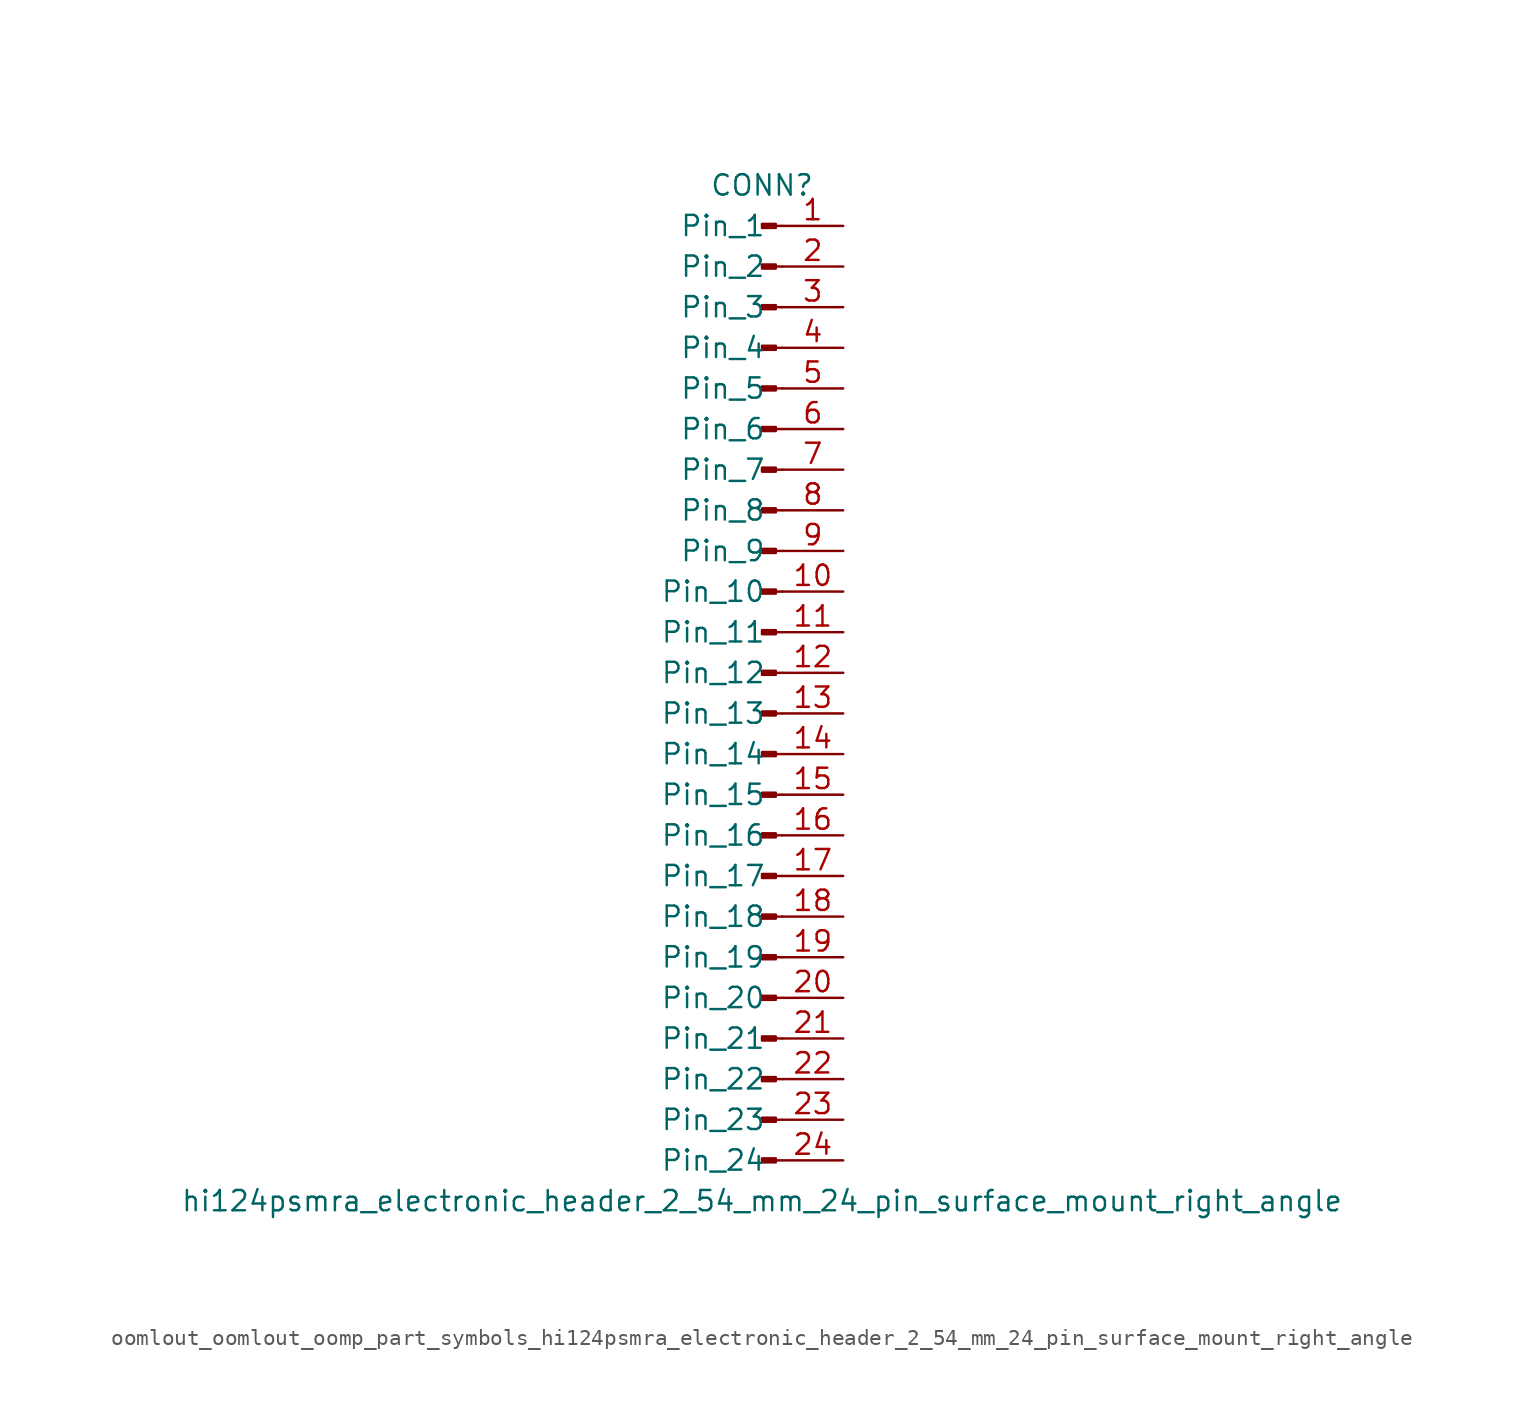
<source format=kicad_sym>
(kicad_symbol_lib
  (version 20220914)
  (generator kicad_symbol_editor)
  (symbol "oomlout_oomlout_oomp_part_symbols_hi124psmra_electronic_header_2_54_mm_24_pin_surface_mount_right_angle"
    (pin_names
      (offset 1.016))
    (property "Reference" "CONN"
      (at 0 30.48 0)
      (effects (font (size 1.27 1.27))))
    (property "Value" "hi124psmra_electronic_header_2_54_mm_24_pin_surface_mount_right_angle"
      (at 0 -33.02 0)
      (effects (font (size 1.27 1.27))))
    (property "ki_locked" ""
      (at 0 0 0)
      (effects (font (size 1.27 1.27))))
    (symbol "oomlout_oomlout_oomp_part_symbols_hi124psmra_electronic_header_2_54_mm_24_pin_surface_mount_right_angle_1_1"
      (polyline (pts (xy 1.27 -30.48) (xy 0.864 -30.48)) (stroke (width 0.152) (type default)) (fill (type none)))
      (polyline (pts (xy 1.27 -27.94) (xy 0.864 -27.94)) (stroke (width 0.152) (type default)) (fill (type none)))
      (polyline (pts (xy 1.27 -25.4) (xy 0.864 -25.4)) (stroke (width 0.152) (type default)) (fill (type none)))
      (polyline (pts (xy 1.27 -22.86) (xy 0.864 -22.86)) (stroke (width 0.152) (type default)) (fill (type none)))
      (polyline (pts (xy 1.27 -20.32) (xy 0.864 -20.32)) (stroke (width 0.152) (type default)) (fill (type none)))
      (polyline (pts (xy 1.27 -17.78) (xy 0.864 -17.78)) (stroke (width 0.152) (type default)) (fill (type none)))
      (polyline (pts (xy 1.27 -15.24) (xy 0.864 -15.24)) (stroke (width 0.152) (type default)) (fill (type none)))
      (polyline (pts (xy 1.27 -12.7) (xy 0.864 -12.7)) (stroke (width 0.152) (type default)) (fill (type none)))
      (polyline (pts (xy 1.27 -10.16) (xy 0.864 -10.16)) (stroke (width 0.152) (type default)) (fill (type none)))
      (polyline (pts (xy 1.27 -7.62) (xy 0.864 -7.62)) (stroke (width 0.152) (type default)) (fill (type none)))
      (polyline (pts (xy 1.27 -5.08) (xy 0.864 -5.08)) (stroke (width 0.152) (type default)) (fill (type none)))
      (polyline (pts (xy 1.27 -2.54) (xy 0.864 -2.54)) (stroke (width 0.152) (type default)) (fill (type none)))
      (polyline (pts (xy 1.27 0) (xy 0.864 0)) (stroke (width 0.152) (type default)) (fill (type none)))
      (polyline (pts (xy 1.27 2.54) (xy 0.864 2.54)) (stroke (width 0.152) (type default)) (fill (type none)))
      (polyline (pts (xy 1.27 5.08) (xy 0.864 5.08)) (stroke (width 0.152) (type default)) (fill (type none)))
      (polyline (pts (xy 1.27 7.62) (xy 0.864 7.62)) (stroke (width 0.152) (type default)) (fill (type none)))
      (polyline (pts (xy 1.27 10.16) (xy 0.864 10.16)) (stroke (width 0.152) (type default)) (fill (type none)))
      (polyline (pts (xy 1.27 12.7) (xy 0.864 12.7)) (stroke (width 0.152) (type default)) (fill (type none)))
      (polyline (pts (xy 1.27 15.24) (xy 0.864 15.24)) (stroke (width 0.152) (type default)) (fill (type none)))
      (polyline (pts (xy 1.27 17.78) (xy 0.864 17.78)) (stroke (width 0.152) (type default)) (fill (type none)))
      (polyline (pts (xy 1.27 20.32) (xy 0.864 20.32)) (stroke (width 0.152) (type default)) (fill (type none)))
      (polyline (pts (xy 1.27 22.86) (xy 0.864 22.86)) (stroke (width 0.152) (type default)) (fill (type none)))
      (polyline (pts (xy 1.27 25.4) (xy 0.864 25.4)) (stroke (width 0.152) (type default)) (fill (type none)))
      (polyline (pts (xy 1.27 27.94) (xy 0.864 27.94)) (stroke (width 0.152) (type default)) (fill (type none)))
      (rectangle (start 0.864 -30.353) (end 0 -30.607) (stroke (width 0.152) (type default)) (fill (type outline)))
      (rectangle (start 0.864 -27.813) (end 0 -28.067) (stroke (width 0.152) (type default)) (fill (type outline)))
      (rectangle (start 0.864 -25.273) (end 0 -25.527) (stroke (width 0.152) (type default)) (fill (type outline)))
      (rectangle (start 0.864 -22.733) (end 0 -22.987) (stroke (width 0.152) (type default)) (fill (type outline)))
      (rectangle (start 0.864 -20.193) (end 0 -20.447) (stroke (width 0.152) (type default)) (fill (type outline)))
      (rectangle (start 0.864 -17.653) (end 0 -17.907) (stroke (width 0.152) (type default)) (fill (type outline)))
      (rectangle (start 0.864 -15.113) (end 0 -15.367) (stroke (width 0.152) (type default)) (fill (type outline)))
      (rectangle (start 0.864 -12.573) (end 0 -12.827) (stroke (width 0.152) (type default)) (fill (type outline)))
      (rectangle (start 0.864 -10.033) (end 0 -10.287) (stroke (width 0.152) (type default)) (fill (type outline)))
      (rectangle (start 0.864 -7.493) (end 0 -7.747) (stroke (width 0.152) (type default)) (fill (type outline)))
      (rectangle (start 0.864 -4.953) (end 0 -5.207) (stroke (width 0.152) (type default)) (fill (type outline)))
      (rectangle (start 0.864 -2.413) (end 0 -2.667) (stroke (width 0.152) (type default)) (fill (type outline)))
      (rectangle (start 0.864 0.127) (end 0 -0.127) (stroke (width 0.152) (type default)) (fill (type outline)))
      (rectangle (start 0.864 2.667) (end 0 2.413) (stroke (width 0.152) (type default)) (fill (type outline)))
      (rectangle (start 0.864 5.207) (end 0 4.953) (stroke (width 0.152) (type default)) (fill (type outline)))
      (rectangle (start 0.864 7.747) (end 0 7.493) (stroke (width 0.152) (type default)) (fill (type outline)))
      (rectangle (start 0.864 10.287) (end 0 10.033) (stroke (width 0.152) (type default)) (fill (type outline)))
      (rectangle (start 0.864 12.827) (end 0 12.573) (stroke (width 0.152) (type default)) (fill (type outline)))
      (rectangle (start 0.864 15.367) (end 0 15.113) (stroke (width 0.152) (type default)) (fill (type outline)))
      (rectangle (start 0.864 17.907) (end 0 17.653) (stroke (width 0.152) (type default)) (fill (type outline)))
      (rectangle (start 0.864 20.447) (end 0 20.193) (stroke (width 0.152) (type default)) (fill (type outline)))
      (rectangle (start 0.864 22.987) (end 0 22.733) (stroke (width 0.152) (type default)) (fill (type outline)))
      (rectangle (start 0.864 25.527) (end 0 25.273) (stroke (width 0.152) (type default)) (fill (type outline)))
      (rectangle (start 0.864 28.067) (end 0 27.813) (stroke (width 0.152) (type default)) (fill (type outline)))
      (pin passive line (at 5.08 27.94 180) (length 3.81) (name "Pin_1" (effects (font (size 1.27 1.27)))) (number "1" (effects (font (size 1.27 1.27)))))
      (pin passive line (at 5.08 5.08 180) (length 3.81) (name "Pin_10" (effects (font (size 1.27 1.27)))) (number "10" (effects (font (size 1.27 1.27)))))
      (pin passive line (at 5.08 2.54 180) (length 3.81) (name "Pin_11" (effects (font (size 1.27 1.27)))) (number "11" (effects (font (size 1.27 1.27)))))
      (pin passive line (at 5.08 0 180) (length 3.81) (name "Pin_12" (effects (font (size 1.27 1.27)))) (number "12" (effects (font (size 1.27 1.27)))))
      (pin passive line (at 5.08 -2.54 180) (length 3.81) (name "Pin_13" (effects (font (size 1.27 1.27)))) (number "13" (effects (font (size 1.27 1.27)))))
      (pin passive line (at 5.08 -5.08 180) (length 3.81) (name "Pin_14" (effects (font (size 1.27 1.27)))) (number "14" (effects (font (size 1.27 1.27)))))
      (pin passive line (at 5.08 -7.62 180) (length 3.81) (name "Pin_15" (effects (font (size 1.27 1.27)))) (number "15" (effects (font (size 1.27 1.27)))))
      (pin passive line (at 5.08 -10.16 180) (length 3.81) (name "Pin_16" (effects (font (size 1.27 1.27)))) (number "16" (effects (font (size 1.27 1.27)))))
      (pin passive line (at 5.08 -12.7 180) (length 3.81) (name "Pin_17" (effects (font (size 1.27 1.27)))) (number "17" (effects (font (size 1.27 1.27)))))
      (pin passive line (at 5.08 -15.24 180) (length 3.81) (name "Pin_18" (effects (font (size 1.27 1.27)))) (number "18" (effects (font (size 1.27 1.27)))))
      (pin passive line (at 5.08 -17.78 180) (length 3.81) (name "Pin_19" (effects (font (size 1.27 1.27)))) (number "19" (effects (font (size 1.27 1.27)))))
      (pin passive line (at 5.08 25.4 180) (length 3.81) (name "Pin_2" (effects (font (size 1.27 1.27)))) (number "2" (effects (font (size 1.27 1.27)))))
      (pin passive line (at 5.08 -20.32 180) (length 3.81) (name "Pin_20" (effects (font (size 1.27 1.27)))) (number "20" (effects (font (size 1.27 1.27)))))
      (pin passive line (at 5.08 -22.86 180) (length 3.81) (name "Pin_21" (effects (font (size 1.27 1.27)))) (number "21" (effects (font (size 1.27 1.27)))))
      (pin passive line (at 5.08 -25.4 180) (length 3.81) (name "Pin_22" (effects (font (size 1.27 1.27)))) (number "22" (effects (font (size 1.27 1.27)))))
      (pin passive line (at 5.08 -27.94 180) (length 3.81) (name "Pin_23" (effects (font (size 1.27 1.27)))) (number "23" (effects (font (size 1.27 1.27)))))
      (pin passive line (at 5.08 -30.48 180) (length 3.81) (name "Pin_24" (effects (font (size 1.27 1.27)))) (number "24" (effects (font (size 1.27 1.27)))))
      (pin passive line (at 5.08 22.86 180) (length 3.81) (name "Pin_3" (effects (font (size 1.27 1.27)))) (number "3" (effects (font (size 1.27 1.27)))))
      (pin passive line (at 5.08 20.32 180) (length 3.81) (name "Pin_4" (effects (font (size 1.27 1.27)))) (number "4" (effects (font (size 1.27 1.27)))))
      (pin passive line (at 5.08 17.78 180) (length 3.81) (name "Pin_5" (effects (font (size 1.27 1.27)))) (number "5" (effects (font (size 1.27 1.27)))))
      (pin passive line (at 5.08 15.24 180) (length 3.81) (name "Pin_6" (effects (font (size 1.27 1.27)))) (number "6" (effects (font (size 1.27 1.27)))))
      (pin passive line (at 5.08 12.7 180) (length 3.81) (name "Pin_7" (effects (font (size 1.27 1.27)))) (number "7" (effects (font (size 1.27 1.27)))))
      (pin passive line (at 5.08 10.16 180) (length 3.81) (name "Pin_8" (effects (font (size 1.27 1.27)))) (number "8" (effects (font (size 1.27 1.27)))))
      (pin passive line (at 5.08 7.62 180) (length 3.81) (name "Pin_9" (effects (font (size 1.27 1.27)))) (number "9" (effects (font (size 1.27 1.27))))))))
</source>
